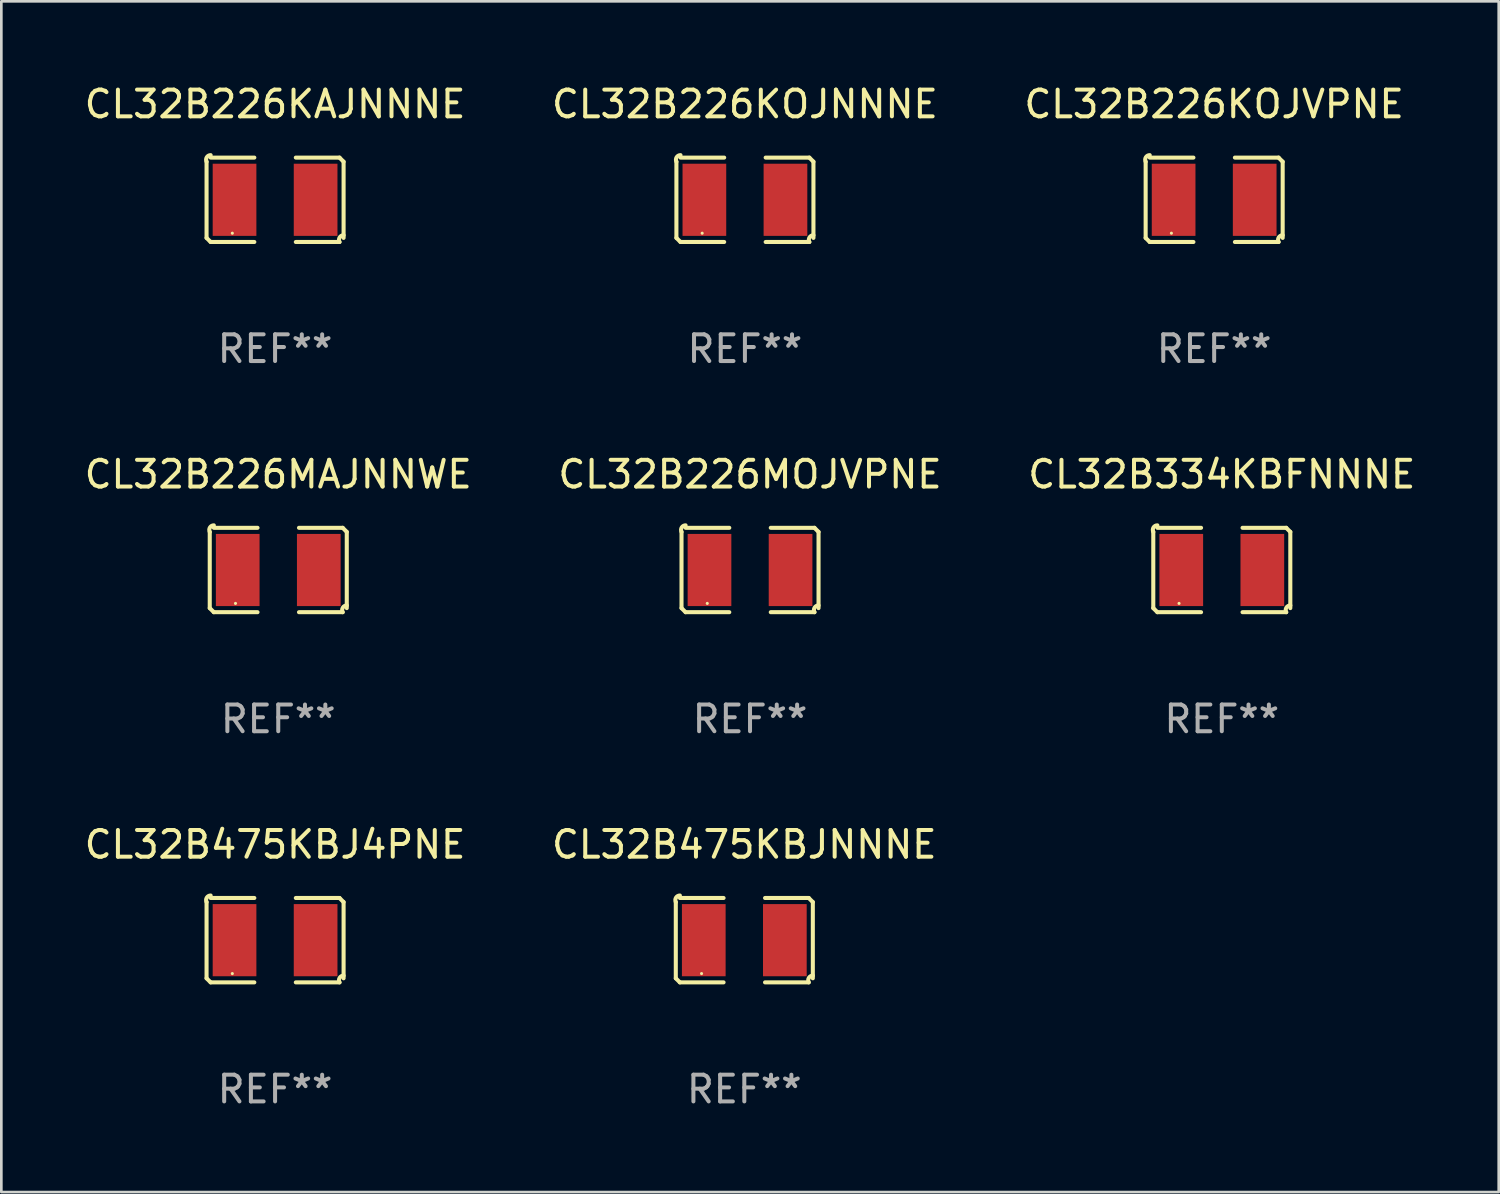
<source format=kicad_pcb>
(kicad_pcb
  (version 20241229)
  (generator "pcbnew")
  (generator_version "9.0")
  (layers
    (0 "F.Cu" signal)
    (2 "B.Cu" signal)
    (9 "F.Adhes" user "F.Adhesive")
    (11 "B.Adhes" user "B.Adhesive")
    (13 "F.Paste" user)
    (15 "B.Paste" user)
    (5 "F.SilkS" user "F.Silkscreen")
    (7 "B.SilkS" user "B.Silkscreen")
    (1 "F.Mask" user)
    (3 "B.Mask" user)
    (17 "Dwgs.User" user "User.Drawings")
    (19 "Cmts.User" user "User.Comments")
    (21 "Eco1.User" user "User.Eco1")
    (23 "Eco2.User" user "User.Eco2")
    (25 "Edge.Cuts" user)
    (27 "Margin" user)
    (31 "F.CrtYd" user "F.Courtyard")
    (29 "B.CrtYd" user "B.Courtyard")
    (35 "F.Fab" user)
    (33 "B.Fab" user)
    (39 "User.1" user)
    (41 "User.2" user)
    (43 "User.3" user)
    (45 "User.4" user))
  (footprint "CL32B475KBJNNNE"
    (layer "F.Cu")
    (at 24.804 32.134)
    (property "Reference" "CL32B475KBJNNNE" (at 0 -3.579 0) (layer "F.SilkS") (effects (font (size 1 1) (thickness 0.15))))
    (attr through_hole)
    (fp_line (start -2.564 1.426) (end -2.564 -1.426) (stroke (width 0.152) (type solid)) (layer "F.SilkS"))
    (fp_line (start -2.411 -1.579) (end -0.776 -1.579) (stroke (width 0.152) (type solid)) (layer "F.SilkS"))
    (fp_line (start -0.776 1.579) (end -2.411 1.579) (stroke (width 0.152) (type solid)) (layer "F.SilkS"))
    (fp_line (start 0.776 1.579) (end 2.411 1.579) (stroke (width 0.152) (type solid)) (layer "F.SilkS"))
    (fp_line (start 2.411 -1.579) (end 0.776 -1.579) (stroke (width 0.152) (type solid)) (layer "F.SilkS"))
    (fp_line (start 2.564 1.426) (end 2.564 -1.426) (stroke (width 0.152) (type solid)) (layer "F.SilkS"))
    (fp_arc (start -2.563602 -1.426213) (mid -2.555597 -1.591233) (end -2.411201 -1.671518) (stroke (width 0.1524) (type solid)) (layer "F.SilkS"))
    (fp_arc (start -2.5636 1.426214) (mid -2.487389 1.502402) (end -2.411201 1.578613) (stroke (width 0.1524) (type solid)) (layer "F.SilkS"))
    (fp_arc (start 2.411197 -1.578618) (mid 2.487403 -1.502419) (end 2.563602 -1.426213) (stroke (width 0.1524) (type solid)) (layer "F.SilkS"))
    (fp_arc (start 2.411201 1.578613) (mid 2.416214 1.409455) (end 2.563602 1.32629) (stroke (width 0.1524) (type solid)) (layer "F.SilkS"))
    (fp_circle (center -1.6 1.25) (end -1.57 1.25) (stroke (width 0.06) (type solid)) (fill no) (layer "F.SilkS"))
    (fp_text user "REF**" (at 0 5.579 0) (layer "F.Fab") (effects (font (size 1 1) (thickness 0.15))))
    (pad "1" smd rect (at -1.517 0) (size 1.635 2.7) (layers "F.Cu" "F.Mask" "F.Paste"))
    (pad "2" smd rect (at 1.517 0) (size 1.635 2.7) (layers "F.Cu" "F.Mask" "F.Paste")))
  (footprint "CL32B475KBJ4PNE"
    (layer "F.Cu")
    (at 7.244 32.134)
    (property "Reference" "CL32B475KBJ4PNE" (at 0 -3.579 0) (layer "F.SilkS") (effects (font (size 1 1) (thickness 0.15))))
    (attr through_hole)
    (fp_line (start -2.564 1.426) (end -2.564 -1.426) (stroke (width 0.152) (type solid)) (layer "F.SilkS"))
    (fp_line (start -2.411 -1.579) (end -0.776 -1.579) (stroke (width 0.152) (type solid)) (layer "F.SilkS"))
    (fp_line (start -0.776 1.579) (end -2.411 1.579) (stroke (width 0.152) (type solid)) (layer "F.SilkS"))
    (fp_line (start 0.776 1.579) (end 2.411 1.579) (stroke (width 0.152) (type solid)) (layer "F.SilkS"))
    (fp_line (start 2.411 -1.579) (end 0.776 -1.579) (stroke (width 0.152) (type solid)) (layer "F.SilkS"))
    (fp_line (start 2.564 1.426) (end 2.564 -1.426) (stroke (width 0.152) (type solid)) (layer "F.SilkS"))
    (fp_arc (start -2.563602 -1.426213) (mid -2.555597 -1.591233) (end -2.411201 -1.671518) (stroke (width 0.1524) (type solid)) (layer "F.SilkS"))
    (fp_arc (start -2.5636 1.426214) (mid -2.487389 1.502402) (end -2.411201 1.578613) (stroke (width 0.1524) (type solid)) (layer "F.SilkS"))
    (fp_arc (start 2.411197 -1.578618) (mid 2.487403 -1.502419) (end 2.563602 -1.426213) (stroke (width 0.1524) (type solid)) (layer "F.SilkS"))
    (fp_arc (start 2.411201 1.578613) (mid 2.416214 1.409455) (end 2.563602 1.32629) (stroke (width 0.1524) (type solid)) (layer "F.SilkS"))
    (fp_circle (center -1.6 1.25) (end -1.57 1.25) (stroke (width 0.06) (type solid)) (fill no) (layer "F.SilkS"))
    (fp_text user "REF**" (at 0 5.579 0) (layer "F.Fab") (effects (font (size 1 1) (thickness 0.15))))
    (pad "1" smd rect (at -1.517 0) (size 1.635 2.7) (layers "F.Cu" "F.Mask" "F.Paste"))
    (pad "2" smd rect (at 1.517 0) (size 1.635 2.7) (layers "F.Cu" "F.Mask" "F.Paste")))
  (footprint "CL32B334KBFNNNE"
    (layer "F.Cu")
    (at 42.673 18.281)
    (property "Reference" "CL32B334KBFNNNE" (at 0 -3.579 0) (layer "F.SilkS") (effects (font (size 1 1) (thickness 0.15))))
    (attr through_hole)
    (fp_line (start -2.564 1.426) (end -2.564 -1.426) (stroke (width 0.152) (type solid)) (layer "F.SilkS"))
    (fp_line (start -2.411 -1.579) (end -0.776 -1.579) (stroke (width 0.152) (type solid)) (layer "F.SilkS"))
    (fp_line (start -0.776 1.579) (end -2.411 1.579) (stroke (width 0.152) (type solid)) (layer "F.SilkS"))
    (fp_line (start 0.776 1.579) (end 2.411 1.579) (stroke (width 0.152) (type solid)) (layer "F.SilkS"))
    (fp_line (start 2.411 -1.579) (end 0.776 -1.579) (stroke (width 0.152) (type solid)) (layer "F.SilkS"))
    (fp_line (start 2.564 1.426) (end 2.564 -1.426) (stroke (width 0.152) (type solid)) (layer "F.SilkS"))
    (fp_arc (start -2.563602 -1.426213) (mid -2.555597 -1.591233) (end -2.411201 -1.671518) (stroke (width 0.1524) (type solid)) (layer "F.SilkS"))
    (fp_arc (start -2.5636 1.426214) (mid -2.487389 1.502402) (end -2.411201 1.578613) (stroke (width 0.1524) (type solid)) (layer "F.SilkS"))
    (fp_arc (start 2.411197 -1.578618) (mid 2.487403 -1.502419) (end 2.563602 -1.426213) (stroke (width 0.1524) (type solid)) (layer "F.SilkS"))
    (fp_arc (start 2.411201 1.578613) (mid 2.416214 1.409455) (end 2.563602 1.32629) (stroke (width 0.1524) (type solid)) (layer "F.SilkS"))
    (fp_circle (center -1.6 1.25) (end -1.57 1.25) (stroke (width 0.06) (type solid)) (fill no) (layer "F.SilkS"))
    (fp_text user "REF**" (at 0 5.579 0) (layer "F.Fab") (effects (font (size 1 1) (thickness 0.15))))
    (pad "1" smd rect (at -1.517 0) (size 1.635 2.7) (layers "F.Cu" "F.Mask" "F.Paste"))
    (pad "2" smd rect (at 1.517 0) (size 1.635 2.7) (layers "F.Cu" "F.Mask" "F.Paste")))
  (footprint "CL32B226KOJVPNE"
    (layer "F.Cu")
    (at 42.387 4.427)
    (property "Reference" "CL32B226KOJVPNE" (at 0 -3.579 0) (layer "F.SilkS") (effects (font (size 1 1) (thickness 0.15))))
    (attr through_hole)
    (fp_line (start -2.564 1.426) (end -2.564 -1.426) (stroke (width 0.152) (type solid)) (layer "F.SilkS"))
    (fp_line (start -2.411 -1.579) (end -0.776 -1.579) (stroke (width 0.152) (type solid)) (layer "F.SilkS"))
    (fp_line (start -0.776 1.579) (end -2.411 1.579) (stroke (width 0.152) (type solid)) (layer "F.SilkS"))
    (fp_line (start 0.776 1.579) (end 2.411 1.579) (stroke (width 0.152) (type solid)) (layer "F.SilkS"))
    (fp_line (start 2.411 -1.579) (end 0.776 -1.579) (stroke (width 0.152) (type solid)) (layer "F.SilkS"))
    (fp_line (start 2.564 1.426) (end 2.564 -1.426) (stroke (width 0.152) (type solid)) (layer "F.SilkS"))
    (fp_arc (start -2.563602 -1.426213) (mid -2.555597 -1.591233) (end -2.411201 -1.671518) (stroke (width 0.1524) (type solid)) (layer "F.SilkS"))
    (fp_arc (start -2.5636 1.426214) (mid -2.487389 1.502402) (end -2.411201 1.578613) (stroke (width 0.1524) (type solid)) (layer "F.SilkS"))
    (fp_arc (start 2.411197 -1.578618) (mid 2.487403 -1.502419) (end 2.563602 -1.426213) (stroke (width 0.1524) (type solid)) (layer "F.SilkS"))
    (fp_arc (start 2.411201 1.578613) (mid 2.416214 1.409455) (end 2.563602 1.32629) (stroke (width 0.1524) (type solid)) (layer "F.SilkS"))
    (fp_circle (center -1.6 1.25) (end -1.57 1.25) (stroke (width 0.06) (type solid)) (fill no) (layer "F.SilkS"))
    (fp_text user "REF**" (at 0 5.579 0) (layer "F.Fab") (effects (font (size 1 1) (thickness 0.15))))
    (pad "1" smd rect (at -1.517 0) (size 1.635 2.7) (layers "F.Cu" "F.Mask" "F.Paste"))
    (pad "2" smd rect (at 1.517 0) (size 1.635 2.7) (layers "F.Cu" "F.Mask" "F.Paste")))
  (footprint "CL32B226KAJNNNE"
    (layer "F.Cu")
    (at 7.244 4.427)
    (property "Reference" "CL32B226KAJNNNE" (at 0 -3.579 0) (layer "F.SilkS") (effects (font (size 1 1) (thickness 0.15))))
    (attr through_hole)
    (fp_line (start -2.564 1.426) (end -2.564 -1.426) (stroke (width 0.152) (type solid)) (layer "F.SilkS"))
    (fp_line (start -2.411 -1.579) (end -0.776 -1.579) (stroke (width 0.152) (type solid)) (layer "F.SilkS"))
    (fp_line (start -0.776 1.579) (end -2.411 1.579) (stroke (width 0.152) (type solid)) (layer "F.SilkS"))
    (fp_line (start 0.776 1.579) (end 2.411 1.579) (stroke (width 0.152) (type solid)) (layer "F.SilkS"))
    (fp_line (start 2.411 -1.579) (end 0.776 -1.579) (stroke (width 0.152) (type solid)) (layer "F.SilkS"))
    (fp_line (start 2.564 1.426) (end 2.564 -1.426) (stroke (width 0.152) (type solid)) (layer "F.SilkS"))
    (fp_arc (start -2.563602 -1.426213) (mid -2.555597 -1.591233) (end -2.411201 -1.671518) (stroke (width 0.1524) (type solid)) (layer "F.SilkS"))
    (fp_arc (start -2.5636 1.426214) (mid -2.487389 1.502402) (end -2.411201 1.578613) (stroke (width 0.1524) (type solid)) (layer "F.SilkS"))
    (fp_arc (start 2.411197 -1.578618) (mid 2.487403 -1.502419) (end 2.563602 -1.426213) (stroke (width 0.1524) (type solid)) (layer "F.SilkS"))
    (fp_arc (start 2.411201 1.578613) (mid 2.416214 1.409455) (end 2.563602 1.32629) (stroke (width 0.1524) (type solid)) (layer "F.SilkS"))
    (fp_circle (center -1.6 1.25) (end -1.57 1.25) (stroke (width 0.06) (type solid)) (fill no) (layer "F.SilkS"))
    (fp_text user "REF**" (at 0 5.579 0) (layer "F.Fab") (effects (font (size 1 1) (thickness 0.15))))
    (pad "1" smd rect (at -1.517 0) (size 1.635 2.7) (layers "F.Cu" "F.Mask" "F.Paste"))
    (pad "2" smd rect (at 1.517 0) (size 1.635 2.7) (layers "F.Cu" "F.Mask" "F.Paste")))
  (footprint "CL32B226MAJNNWE"
    (layer "F.Cu")
    (at 7.363 18.281)
    (property "Reference" "CL32B226MAJNNWE" (at 0 -3.579 0) (layer "F.SilkS") (effects (font (size 1 1) (thickness 0.15))))
    (attr through_hole)
    (fp_line (start -2.564 1.426) (end -2.564 -1.426) (stroke (width 0.152) (type solid)) (layer "F.SilkS"))
    (fp_line (start -2.411 -1.579) (end -0.776 -1.579) (stroke (width 0.152) (type solid)) (layer "F.SilkS"))
    (fp_line (start -0.776 1.579) (end -2.411 1.579) (stroke (width 0.152) (type solid)) (layer "F.SilkS"))
    (fp_line (start 0.776 1.579) (end 2.411 1.579) (stroke (width 0.152) (type solid)) (layer "F.SilkS"))
    (fp_line (start 2.411 -1.579) (end 0.776 -1.579) (stroke (width 0.152) (type solid)) (layer "F.SilkS"))
    (fp_line (start 2.564 1.426) (end 2.564 -1.426) (stroke (width 0.152) (type solid)) (layer "F.SilkS"))
    (fp_arc (start -2.563602 -1.426213) (mid -2.555597 -1.591233) (end -2.411201 -1.671518) (stroke (width 0.1524) (type solid)) (layer "F.SilkS"))
    (fp_arc (start -2.5636 1.426214) (mid -2.487389 1.502402) (end -2.411201 1.578613) (stroke (width 0.1524) (type solid)) (layer "F.SilkS"))
    (fp_arc (start 2.411197 -1.578618) (mid 2.487403 -1.502419) (end 2.563602 -1.426213) (stroke (width 0.1524) (type solid)) (layer "F.SilkS"))
    (fp_arc (start 2.411201 1.578613) (mid 2.416214 1.409455) (end 2.563602 1.32629) (stroke (width 0.1524) (type solid)) (layer "F.SilkS"))
    (fp_circle (center -1.6 1.25) (end -1.57 1.25) (stroke (width 0.06) (type solid)) (fill no) (layer "F.SilkS"))
    (fp_text user "REF**" (at 0 5.579 0) (layer "F.Fab") (effects (font (size 1 1) (thickness 0.15))))
    (pad "1" smd rect (at -1.517 0) (size 1.635 2.7) (layers "F.Cu" "F.Mask" "F.Paste"))
    (pad "2" smd rect (at 1.517 0) (size 1.635 2.7) (layers "F.Cu" "F.Mask" "F.Paste")))
  (footprint "CL32B226MOJVPNE"
    (layer "F.Cu")
    (at 25.018 18.281)
    (property "Reference" "CL32B226MOJVPNE" (at 0 -3.579 0) (layer "F.SilkS") (effects (font (size 1 1) (thickness 0.15))))
    (attr through_hole)
    (fp_line (start -2.564 1.426) (end -2.564 -1.426) (stroke (width 0.152) (type solid)) (layer "F.SilkS"))
    (fp_line (start -2.411 -1.579) (end -0.776 -1.579) (stroke (width 0.152) (type solid)) (layer "F.SilkS"))
    (fp_line (start -0.776 1.579) (end -2.411 1.579) (stroke (width 0.152) (type solid)) (layer "F.SilkS"))
    (fp_line (start 0.776 1.579) (end 2.411 1.579) (stroke (width 0.152) (type solid)) (layer "F.SilkS"))
    (fp_line (start 2.411 -1.579) (end 0.776 -1.579) (stroke (width 0.152) (type solid)) (layer "F.SilkS"))
    (fp_line (start 2.564 1.426) (end 2.564 -1.426) (stroke (width 0.152) (type solid)) (layer "F.SilkS"))
    (fp_arc (start -2.563602 -1.426213) (mid -2.555597 -1.591233) (end -2.411201 -1.671518) (stroke (width 0.1524) (type solid)) (layer "F.SilkS"))
    (fp_arc (start -2.5636 1.426214) (mid -2.487389 1.502402) (end -2.411201 1.578613) (stroke (width 0.1524) (type solid)) (layer "F.SilkS"))
    (fp_arc (start 2.411197 -1.578618) (mid 2.487403 -1.502419) (end 2.563602 -1.426213) (stroke (width 0.1524) (type solid)) (layer "F.SilkS"))
    (fp_arc (start 2.411201 1.578613) (mid 2.416214 1.409455) (end 2.563602 1.32629) (stroke (width 0.1524) (type solid)) (layer "F.SilkS"))
    (fp_circle (center -1.6 1.25) (end -1.57 1.25) (stroke (width 0.06) (type solid)) (fill no) (layer "F.SilkS"))
    (fp_text user "REF**" (at 0 5.579 0) (layer "F.Fab") (effects (font (size 1 1) (thickness 0.15))))
    (pad "1" smd rect (at -1.517 0) (size 1.635 2.7) (layers "F.Cu" "F.Mask" "F.Paste"))
    (pad "2" smd rect (at 1.517 0) (size 1.635 2.7) (layers "F.Cu" "F.Mask" "F.Paste")))
  (footprint "CL32B226KOJNNNE"
    (layer "F.Cu")
    (at 24.827 4.427)
    (property "Reference" "CL32B226KOJNNNE" (at 0 -3.579 0) (layer "F.SilkS") (effects (font (size 1 1) (thickness 0.15))))
    (attr through_hole)
    (fp_line (start -2.564 1.426) (end -2.564 -1.426) (stroke (width 0.152) (type solid)) (layer "F.SilkS"))
    (fp_line (start -2.411 -1.579) (end -0.776 -1.579) (stroke (width 0.152) (type solid)) (layer "F.SilkS"))
    (fp_line (start -0.776 1.579) (end -2.411 1.579) (stroke (width 0.152) (type solid)) (layer "F.SilkS"))
    (fp_line (start 0.776 1.579) (end 2.411 1.579) (stroke (width 0.152) (type solid)) (layer "F.SilkS"))
    (fp_line (start 2.411 -1.579) (end 0.776 -1.579) (stroke (width 0.152) (type solid)) (layer "F.SilkS"))
    (fp_line (start 2.564 1.426) (end 2.564 -1.426) (stroke (width 0.152) (type solid)) (layer "F.SilkS"))
    (fp_arc (start -2.563602 -1.426213) (mid -2.555597 -1.591233) (end -2.411201 -1.671518) (stroke (width 0.1524) (type solid)) (layer "F.SilkS"))
    (fp_arc (start -2.5636 1.426214) (mid -2.487389 1.502402) (end -2.411201 1.578613) (stroke (width 0.1524) (type solid)) (layer "F.SilkS"))
    (fp_arc (start 2.411197 -1.578618) (mid 2.487403 -1.502419) (end 2.563602 -1.426213) (stroke (width 0.1524) (type solid)) (layer "F.SilkS"))
    (fp_arc (start 2.411201 1.578613) (mid 2.416214 1.409455) (end 2.563602 1.32629) (stroke (width 0.1524) (type solid)) (layer "F.SilkS"))
    (fp_circle (center -1.6 1.25) (end -1.57 1.25) (stroke (width 0.06) (type solid)) (fill no) (layer "F.SilkS"))
    (fp_text user "REF**" (at 0 5.579 0) (layer "F.Fab") (effects (font (size 1 1) (thickness 0.15))))
    (pad "1" smd rect (at -1.517 0) (size 1.635 2.7) (layers "F.Cu" "F.Mask" "F.Paste"))
    (pad "2" smd rect (at 1.517 0) (size 1.635 2.7) (layers "F.Cu" "F.Mask" "F.Paste")))
  (gr_rect
    (start -3 -3)
    (end 53.036 41.561)
    (stroke (width 0.1) (type default))
    (fill no)
    (layer "Edge.Cuts")))
</source>
